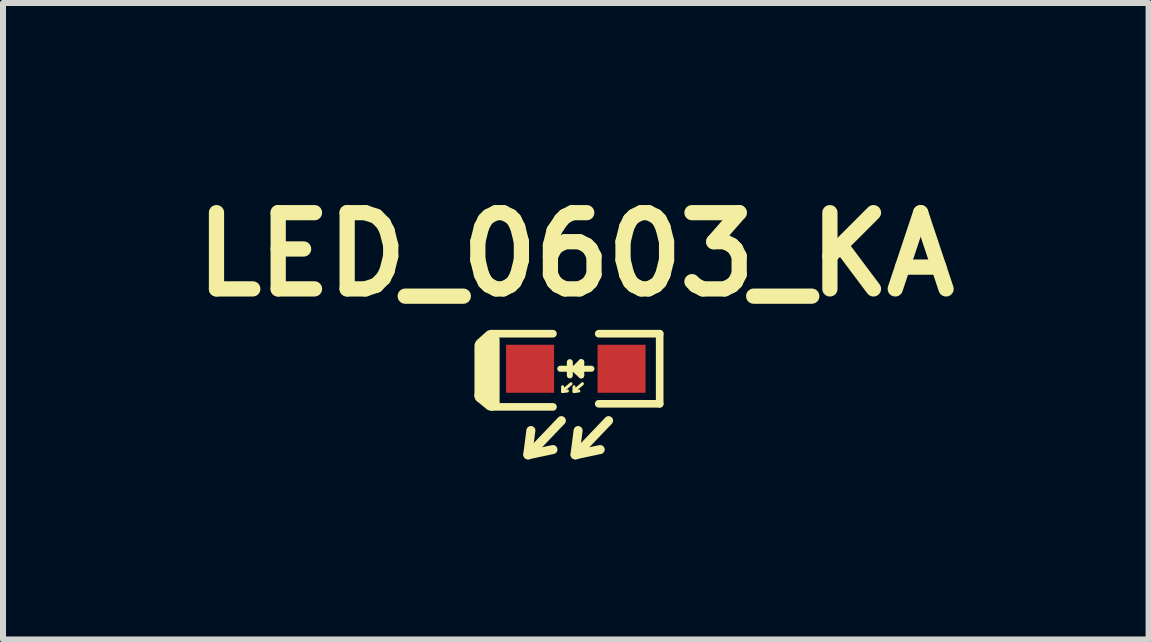
<source format=kicad_pcb>
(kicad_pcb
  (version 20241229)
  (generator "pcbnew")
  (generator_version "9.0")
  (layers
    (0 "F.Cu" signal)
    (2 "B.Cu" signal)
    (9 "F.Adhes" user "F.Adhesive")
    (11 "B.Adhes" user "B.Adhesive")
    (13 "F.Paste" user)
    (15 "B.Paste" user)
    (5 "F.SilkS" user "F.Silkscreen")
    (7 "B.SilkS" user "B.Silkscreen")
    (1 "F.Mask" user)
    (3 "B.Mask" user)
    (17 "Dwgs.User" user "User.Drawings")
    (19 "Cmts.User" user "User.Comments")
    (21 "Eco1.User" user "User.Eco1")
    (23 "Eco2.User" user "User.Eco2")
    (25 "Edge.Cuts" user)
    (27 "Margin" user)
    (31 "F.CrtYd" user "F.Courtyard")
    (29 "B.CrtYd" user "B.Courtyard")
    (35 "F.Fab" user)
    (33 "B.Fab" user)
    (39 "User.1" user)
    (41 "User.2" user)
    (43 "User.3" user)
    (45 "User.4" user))
  (footprint "LED_0603_KA"
    (layer "F.Cu")
    (at 6.544 3.094)
    (property "Reference" "LED_0603_KA" (at 0 -1.905 0) (layer "F.SilkS") (effects (font (size 1.27 1.27) (thickness 0.254))))
    (attr smd)
    (fp_line (start -1.562 0.445) (end -1.562 -0.381) (stroke (width 0.254) (type solid)) (layer "F.SilkS"))
    (fp_line (start -1.41 -0.521) (end -1.549 -0.394) (stroke (width 0.254) (type solid)) (layer "F.SilkS"))
    (fp_line (start -1.41 0.572) (end -1.562 0.445) (stroke (width 0.254) (type solid)) (layer "F.SilkS"))
    (fp_line (start -1.397 -0.584) (end -0.381 -0.584) (stroke (width 0.127) (type solid)) (layer "F.SilkS"))
    (fp_line (start -1.397 -0.483) (end -1.397 0.559) (stroke (width 0.254) (type solid)) (layer "F.SilkS"))
    (fp_line (start -0.8 1.422) (end -0.749 1.029) (stroke (width 0.15) (type solid)) (layer "F.SilkS"))
    (fp_line (start -0.8 1.435) (end -0.381 1.346) (stroke (width 0.15) (type solid)) (layer "F.SilkS"))
    (fp_line (start -0.381 0.635) (end -1.397 0.635) (stroke (width 0.127) (type solid)) (layer "F.SilkS"))
    (fp_line (start -0.241 0.864) (end -0.787 1.435) (stroke (width 0.15) (type solid)) (layer "F.SilkS"))
    (fp_line (start -0.22 0.38) (end -0.22 0.3) (stroke (width 0.05) (type solid)) (layer "F.SilkS"))
    (fp_line (start -0.22 0.38) (end -0.14 0.37) (stroke (width 0.05) (type solid)) (layer "F.SilkS"))
    (fp_line (start -0.1 0.11) (end -0.1 -0.11) (stroke (width 0.1) (type solid)) (layer "F.SilkS"))
    (fp_line (start -0.08 0.25) (end -0.21 0.36) (stroke (width 0.05) (type solid)) (layer "F.SilkS"))
    (fp_line (start -0.03 0.38) (end -0.03 0.3) (stroke (width 0.05) (type solid)) (layer "F.SilkS"))
    (fp_line (start -0.03 0.38) (end 0.05 0.37) (stroke (width 0.05) (type solid)) (layer "F.SilkS"))
    (fp_line (start -0.013 1.422) (end 0.038 1.029) (stroke (width 0.15) (type solid)) (layer "F.SilkS"))
    (fp_line (start -0.013 1.435) (end 0.406 1.346) (stroke (width 0.15) (type solid)) (layer "F.SilkS"))
    (fp_line (start 0.09 -0.11) (end -0.01 -0.01) (stroke (width 0.1) (type solid)) (layer "F.SilkS"))
    (fp_line (start 0.09 0.11) (end -0.02 0.01) (stroke (width 0.1) (type solid)) (layer "F.SilkS"))
    (fp_line (start 0.09 0.11) (end 0.09 -0.11) (stroke (width 0.1) (type solid)) (layer "F.SilkS"))
    (fp_line (start 0.11 0.25) (end -0.02 0.36) (stroke (width 0.05) (type solid)) (layer "F.SilkS"))
    (fp_line (start 0.26 0) (end -0.26 0) (stroke (width 0.1) (type solid)) (layer "F.SilkS"))
    (fp_line (start 0.546 0.864) (end 0 1.435) (stroke (width 0.15) (type solid)) (layer "F.SilkS"))
    (fp_line (start 1.397 -0.584) (end 0.381 -0.584) (stroke (width 0.127) (type solid)) (layer "F.SilkS"))
    (fp_line (start 1.397 0.584) (end 0.381 0.584) (stroke (width 0.127) (type solid)) (layer "F.SilkS"))
    (fp_line (start 1.397 0.584) (end 1.397 -0.584) (stroke (width 0.127) (type solid)) (layer "F.SilkS"))
    (pad "1" smd rect (at -0.762 0 180) (size 0.8 0.8) (layers "F.Cu" "F.Mask" "F.Paste"))
    (pad "2" smd rect (at 0.762 0 180) (size 0.8 0.8) (layers "F.Cu" "F.Mask" "F.Paste")))
  (gr_rect
    (start -3 -3)
    (end 16.087 7.604)
    (stroke (width 0.1) (type default))
    (fill no)
    (layer "Edge.Cuts")))
</source>
